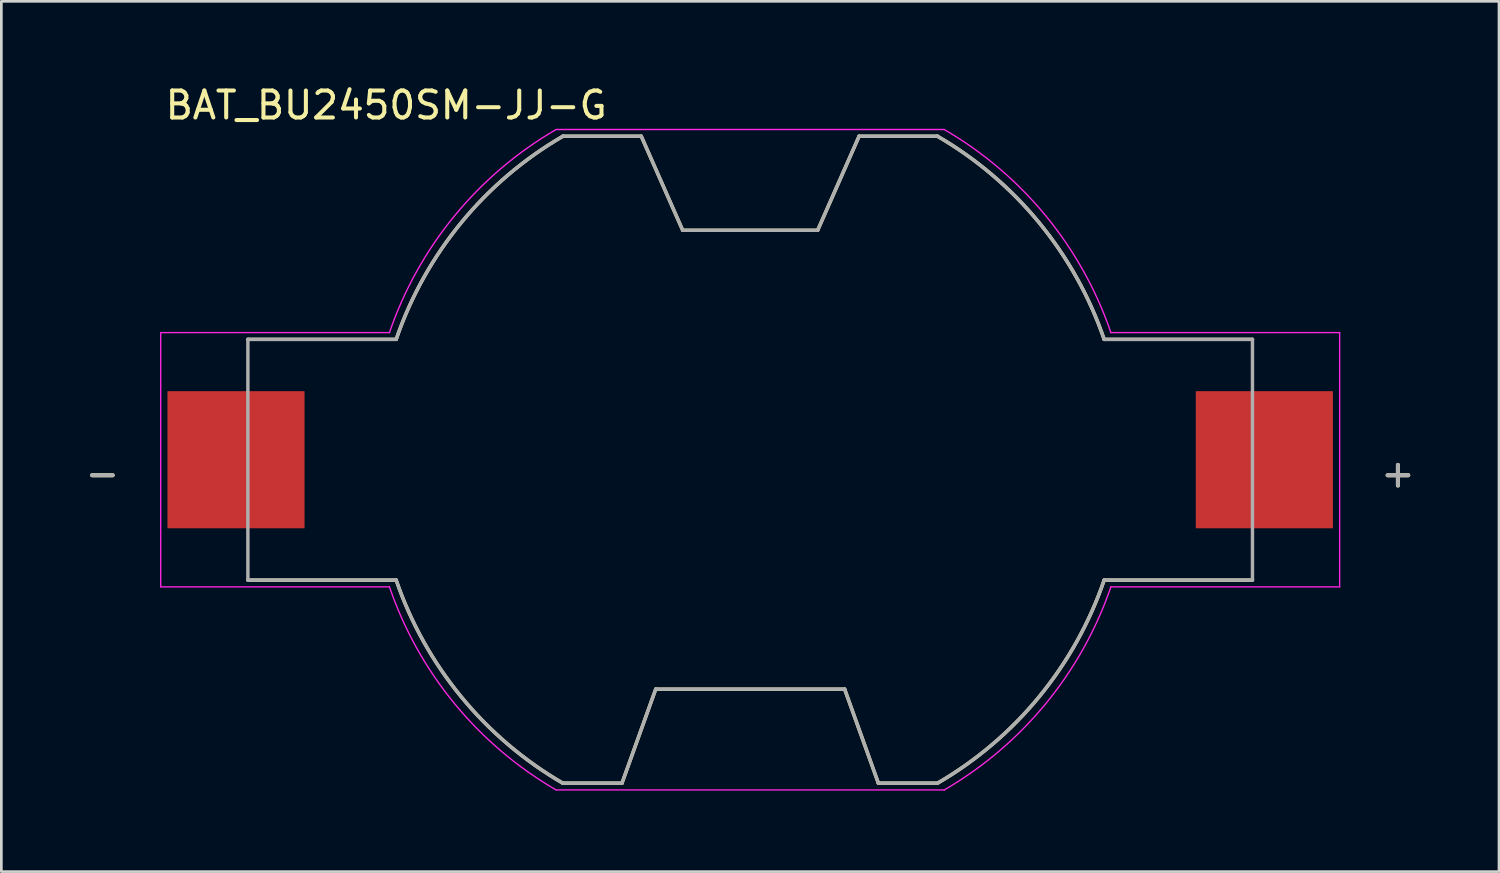
<source format=kicad_pcb>
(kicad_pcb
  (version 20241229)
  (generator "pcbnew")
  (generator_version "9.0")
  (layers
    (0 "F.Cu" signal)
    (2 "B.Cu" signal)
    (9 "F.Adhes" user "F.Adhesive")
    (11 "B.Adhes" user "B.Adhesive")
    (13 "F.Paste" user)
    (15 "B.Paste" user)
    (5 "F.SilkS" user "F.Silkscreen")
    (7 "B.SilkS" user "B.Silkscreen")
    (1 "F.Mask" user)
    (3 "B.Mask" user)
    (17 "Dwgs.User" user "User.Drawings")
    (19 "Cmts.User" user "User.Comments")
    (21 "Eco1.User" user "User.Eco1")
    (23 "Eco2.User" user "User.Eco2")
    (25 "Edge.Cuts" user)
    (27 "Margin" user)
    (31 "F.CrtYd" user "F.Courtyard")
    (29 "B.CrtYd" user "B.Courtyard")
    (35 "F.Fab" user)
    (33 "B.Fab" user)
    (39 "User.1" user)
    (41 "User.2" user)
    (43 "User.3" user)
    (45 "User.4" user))
  (footprint "BAT_BU2450SM-JJ-G"
    (layer "F.Cu")
    (at 24.744 13.983)
    (property "Reference" "BAT_BU2450SM-JJ-G" (at -13.485 -13.135 0) (layer "F.SilkS") (effects (font (size 1 1) (thickness 0.15))))
    (attr through_hole)
    (fp_line (start -18.61 4.46) (end -13.115 4.46) (stroke (width 0.127) (type solid)) (layer "F.SilkS"))
    (fp_line (start -13.115 -4.46) (end -18.61 -4.46) (stroke (width 0.127) (type solid)) (layer "F.SilkS"))
    (fp_line (start -6.94 11.985) (end -4.75 11.985) (stroke (width 0.127) (type solid)) (layer "F.SilkS"))
    (fp_line (start -4.75 11.985) (end -3.5 8.5) (stroke (width 0.127) (type solid)) (layer "F.SilkS"))
    (fp_line (start -4.035 -11.985) (end -6.94 -11.985) (stroke (width 0.127) (type solid)) (layer "F.SilkS"))
    (fp_line (start -3.5 8.5) (end 3.5 8.5) (stroke (width 0.127) (type solid)) (layer "F.SilkS"))
    (fp_line (start -2.5 -8.5) (end -4.035 -11.985) (stroke (width 0.127) (type solid)) (layer "F.SilkS"))
    (fp_line (start 2.5 -8.5) (end -2.5 -8.5) (stroke (width 0.127) (type solid)) (layer "F.SilkS"))
    (fp_line (start 3.5 8.5) (end 4.75 11.985) (stroke (width 0.127) (type solid)) (layer "F.SilkS"))
    (fp_line (start 4.035 -11.985) (end 2.5 -8.5) (stroke (width 0.127) (type solid)) (layer "F.SilkS"))
    (fp_line (start 4.75 11.985) (end 6.94 11.985) (stroke (width 0.127) (type solid)) (layer "F.SilkS"))
    (fp_line (start 6.94 -11.985) (end 4.035 -11.985) (stroke (width 0.127) (type solid)) (layer "F.SilkS"))
    (fp_line (start 13.115 4.46) (end 18.61 4.46) (stroke (width 0.127) (type solid)) (layer "F.SilkS"))
    (fp_line (start 18.61 -4.46) (end 13.115 -4.46) (stroke (width 0.127) (type solid)) (layer "F.SilkS"))
    (fp_arc (start -13.115 -4.46) (mid -10.707871 -8.780811) (end -6.94 -11.985) (stroke (width 0.127) (type solid)) (layer "F.SilkS"))
    (fp_arc (start -6.94 11.985) (mid -10.707871 8.780811) (end -13.115 4.46) (stroke (width 0.127) (type solid)) (layer "F.SilkS"))
    (fp_arc (start 6.94 -11.985) (mid 10.707871 -8.780811) (end 13.115 -4.46) (stroke (width 0.127) (type solid)) (layer "F.SilkS"))
    (fp_arc (start 13.115 4.46) (mid 10.707871 8.780811) (end 6.94 11.985) (stroke (width 0.127) (type solid)) (layer "F.SilkS"))
    (fp_line (start -21.84 -4.71) (end -21.84 4.71) (stroke (width 0.05) (type solid)) (layer "F.CrtYd"))
    (fp_line (start -21.84 4.71) (end -13.365 4.71) (stroke (width 0.05) (type solid)) (layer "F.CrtYd"))
    (fp_line (start -13.365 -4.71) (end -21.84 -4.71) (stroke (width 0.05) (type solid)) (layer "F.CrtYd"))
    (fp_line (start -7.19 12.235) (end 7.19 12.235) (stroke (width 0.05) (type solid)) (layer "F.CrtYd"))
    (fp_line (start 7.19 -12.235) (end -7.19 -12.235) (stroke (width 0.05) (type solid)) (layer "F.CrtYd"))
    (fp_line (start 13.365 4.71) (end 21.84 4.71) (stroke (width 0.05) (type solid)) (layer "F.CrtYd"))
    (fp_line (start 21.84 -4.71) (end 13.365 -4.71) (stroke (width 0.05) (type solid)) (layer "F.CrtYd"))
    (fp_line (start 21.84 4.71) (end 21.84 -4.71) (stroke (width 0.05) (type solid)) (layer "F.CrtYd"))
    (fp_arc (start -13.365 -4.71) (mid -10.957871 -9.030811) (end -7.19 -12.235) (stroke (width 0.05) (type solid)) (layer "F.CrtYd"))
    (fp_arc (start -7.19 12.235) (mid -10.957871 9.030811) (end -13.365 4.71) (stroke (width 0.05) (type solid)) (layer "F.CrtYd"))
    (fp_arc (start 7.19 -12.235) (mid 10.957871 -9.030811) (end 13.365 -4.71) (stroke (width 0.05) (type solid)) (layer "F.CrtYd"))
    (fp_arc (start 13.365 4.71) (mid 10.957871 9.030811) (end 7.19 12.235) (stroke (width 0.05) (type solid)) (layer "F.CrtYd"))
    (fp_line (start -18.61 -4.46) (end -18.61 4.46) (stroke (width 0.127) (type solid)) (layer "F.Fab"))
    (fp_line (start -18.61 4.46) (end -13.115 4.46) (stroke (width 0.127) (type solid)) (layer "F.Fab"))
    (fp_line (start -13.115 -4.46) (end -18.61 -4.46) (stroke (width 0.127) (type solid)) (layer "F.Fab"))
    (fp_line (start -6.94 11.985) (end -4.75 11.985) (stroke (width 0.127) (type solid)) (layer "F.Fab"))
    (fp_line (start -4.75 11.985) (end -3.5 8.5) (stroke (width 0.127) (type solid)) (layer "F.Fab"))
    (fp_line (start -4.035 -11.985) (end -6.94 -11.985) (stroke (width 0.127) (type solid)) (layer "F.Fab"))
    (fp_line (start -3.5 8.5) (end 3.5 8.5) (stroke (width 0.127) (type solid)) (layer "F.Fab"))
    (fp_line (start -2.5 -8.5) (end -4.035 -11.985) (stroke (width 0.127) (type solid)) (layer "F.Fab"))
    (fp_line (start 2.5 -8.5) (end -2.5 -8.5) (stroke (width 0.127) (type solid)) (layer "F.Fab"))
    (fp_line (start 3.5 8.5) (end 4.75 11.985) (stroke (width 0.127) (type solid)) (layer "F.Fab"))
    (fp_line (start 4.035 -11.985) (end 2.5 -8.5) (stroke (width 0.127) (type solid)) (layer "F.Fab"))
    (fp_line (start 4.75 11.985) (end 6.94 11.985) (stroke (width 0.127) (type solid)) (layer "F.Fab"))
    (fp_line (start 6.94 -11.985) (end 4.035 -11.985) (stroke (width 0.127) (type solid)) (layer "F.Fab"))
    (fp_line (start 13.115 4.46) (end 18.61 4.46) (stroke (width 0.127) (type solid)) (layer "F.Fab"))
    (fp_line (start 18.61 -4.46) (end 13.115 -4.46) (stroke (width 0.127) (type solid)) (layer "F.Fab"))
    (fp_line (start 18.61 4.46) (end 18.61 -4.46) (stroke (width 0.127) (type solid)) (layer "F.Fab"))
    (fp_arc (start -13.115 -4.46) (mid -10.707871 -8.780811) (end -6.94 -11.985) (stroke (width 0.127) (type solid)) (layer "F.Fab"))
    (fp_arc (start -6.94 11.985) (mid -10.707871 8.780811) (end -13.115 4.46) (stroke (width 0.127) (type solid)) (layer "F.Fab"))
    (fp_arc (start 6.94 -11.985) (mid 10.707871 -8.780811) (end 13.115 -4.46) (stroke (width 0.127) (type solid)) (layer "F.Fab"))
    (fp_arc (start 13.115 4.46) (mid 10.707871 8.780811) (end 6.94 11.985) (stroke (width 0.127) (type solid)) (layer "F.Fab"))
    (fp_text user "-" (at -24 0.5 0) (layer "F.SilkS") (effects (font (size 1 1) (thickness 0.15))))
    (fp_text user "+" (at 24 0.5 0) (layer "F.SilkS") (effects (font (size 1 1) (thickness 0.15))))
    (fp_text user "-" (at -24 0.5 0) (layer "F.Fab") (effects (font (size 1 1) (thickness 0.15))))
    (fp_text user "+" (at 24 0.5 0) (layer "F.Fab") (effects (font (size 1 1) (thickness 0.15))))
    (pad "N" smd rect (at -19.05 0) (size 5.08 5.08) (layers "F.Cu" "F.Mask" "F.Paste"))
    (pad "P" smd rect (at 19.05 0) (size 5.08 5.08) (layers "F.Cu" "F.Mask" "F.Paste")))
  (gr_rect
    (start -3 -3)
    (end 52.488 29.243)
    (stroke (width 0.1) (type default))
    (fill no)
    (layer "Edge.Cuts")))
</source>
